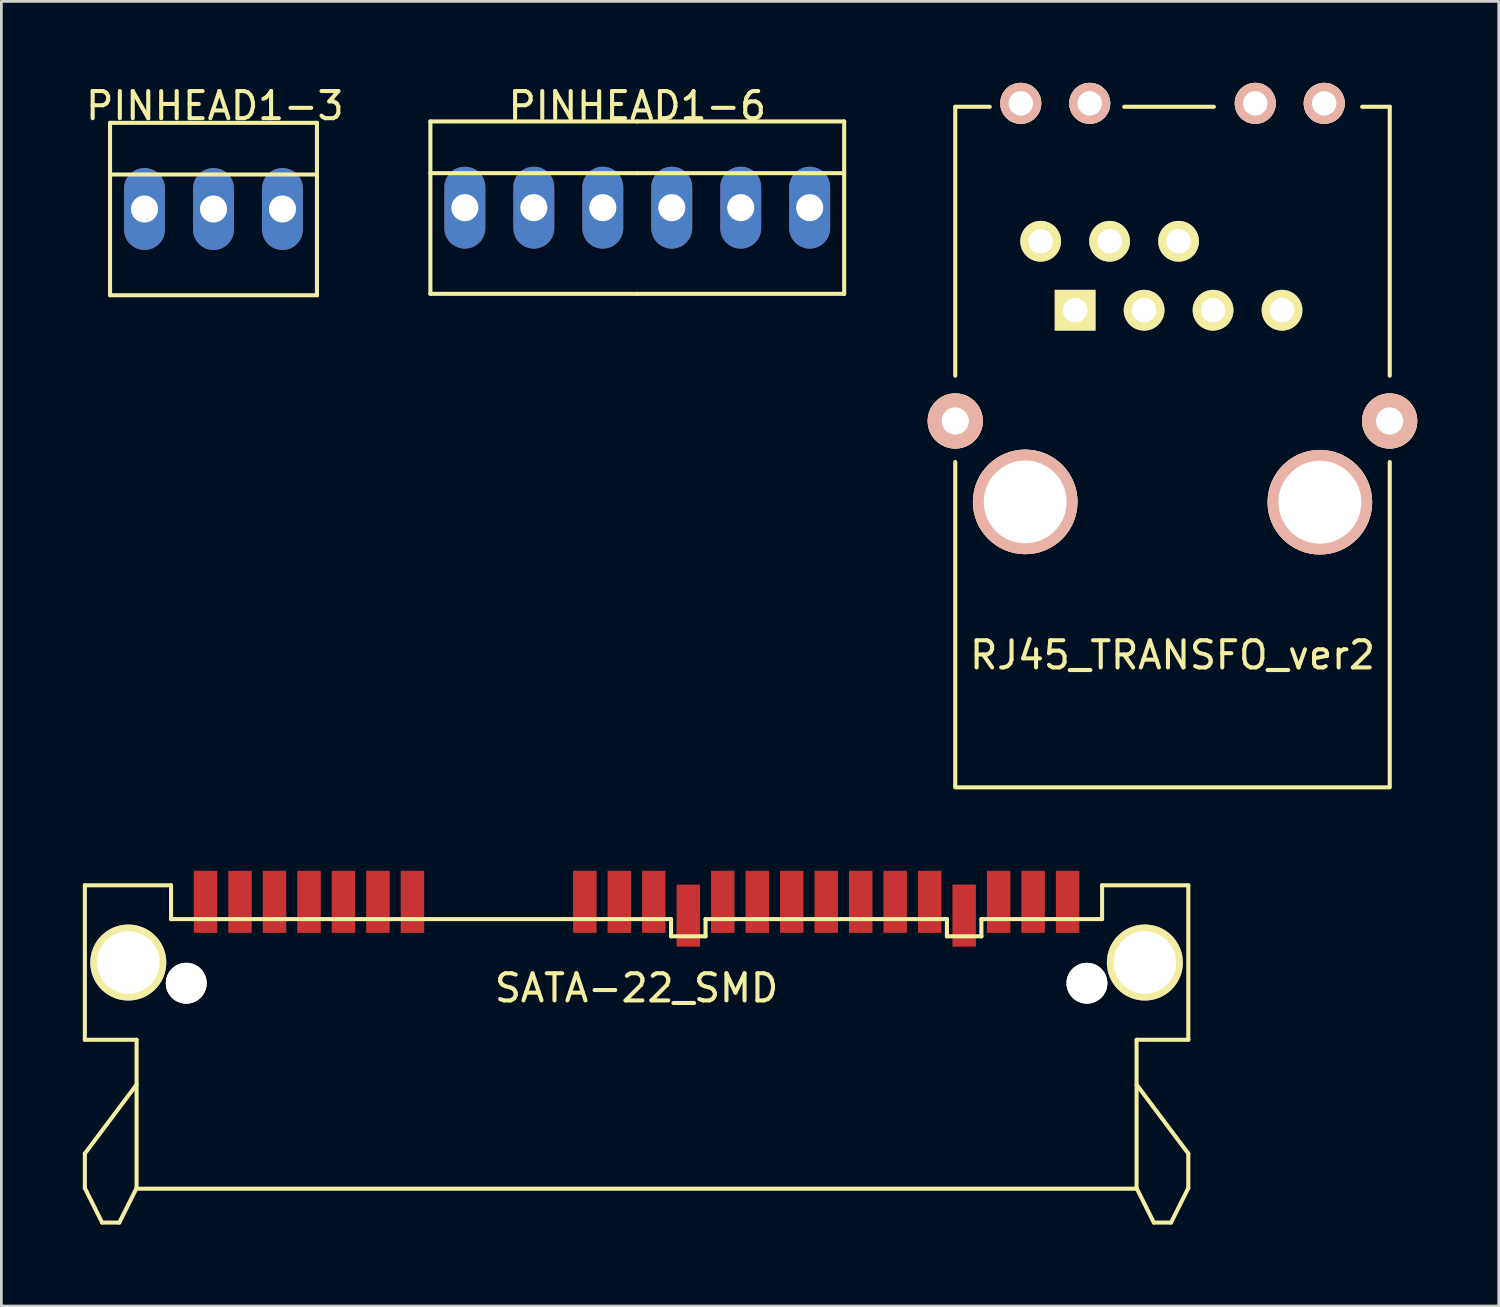
<source format=kicad_pcb>
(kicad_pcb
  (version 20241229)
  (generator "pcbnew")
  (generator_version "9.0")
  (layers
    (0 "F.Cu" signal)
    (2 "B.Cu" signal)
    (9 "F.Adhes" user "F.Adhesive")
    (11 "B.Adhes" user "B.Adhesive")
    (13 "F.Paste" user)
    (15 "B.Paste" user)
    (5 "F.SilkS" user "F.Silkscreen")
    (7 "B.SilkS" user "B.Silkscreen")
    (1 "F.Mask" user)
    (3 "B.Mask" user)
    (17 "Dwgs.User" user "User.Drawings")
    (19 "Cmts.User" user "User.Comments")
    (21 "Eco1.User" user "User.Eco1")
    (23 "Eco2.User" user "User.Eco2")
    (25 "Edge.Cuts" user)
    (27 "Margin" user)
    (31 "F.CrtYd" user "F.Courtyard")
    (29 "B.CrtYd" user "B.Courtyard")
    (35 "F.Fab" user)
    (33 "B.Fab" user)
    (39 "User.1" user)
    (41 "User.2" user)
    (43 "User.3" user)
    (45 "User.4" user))
  (footprint "PINHEAD1-6"
    (layer "F.Cu")
    (at 20.421 4.598)
    (property "Reference" "PINHEAD1-6" (at 0 -3.75 0) (layer "F.SilkS") (effects (font (size 1 1) (thickness 0.15))))
    (attr exclude_from_pos_files exclude_from_bom)
    (fp_line (start -7.62 -3.175) (end -7.62 3.175) (stroke (width 0.15) (type solid)) (layer "F.SilkS"))
    (fp_line (start -7.62 -3.175) (end 0 -3.175) (stroke (width 0.15) (type solid)) (layer "F.SilkS"))
    (fp_line (start 0 -3.175) (end 7.62 -3.175) (stroke (width 0.15) (type solid)) (layer "F.SilkS"))
    (fp_line (start 0 -1.27) (end -7.62 -1.27) (stroke (width 0.15) (type solid)) (layer "F.SilkS"))
    (fp_line (start 0 -1.27) (end 7.62 -1.27) (stroke (width 0.15) (type solid)) (layer "F.SilkS"))
    (fp_line (start 0 3.175) (end -7.62 3.175) (stroke (width 0.15) (type solid)) (layer "F.SilkS"))
    (fp_line (start 0 3.175) (end 7.62 3.175) (stroke (width 0.15) (type solid)) (layer "F.SilkS"))
    (fp_line (start 7.62 -3.175) (end 7.62 3.175) (stroke (width 0.15) (type solid)) (layer "F.SilkS"))
    (pad "1" thru_hole oval (at -6.35 0) (size 1.506 3.015) (drill 0.998) (layers "*.Cu" "*.Mask"))
    (pad "2" thru_hole oval (at -3.81 0) (size 1.506 3.015) (drill 0.998) (layers "*.Cu" "*.Mask"))
    (pad "3" thru_hole oval (at -1.27 0) (size 1.506 3.015) (drill 0.998) (layers "*.Cu" "*.Mask"))
    (pad "4" thru_hole oval (at 1.27 0) (size 1.506 3.015) (drill 0.998) (layers "*.Cu" "*.Mask"))
    (pad "5" thru_hole oval (at 3.81 0) (size 1.506 3.015) (drill 0.998) (layers "*.Cu" "*.Mask"))
    (pad "6" thru_hole oval (at 6.35 0) (size 1.506 3.015) (drill 0.998) (layers "*.Cu" "*.Mask")))
  (footprint "RJ45_TRANSFO_ver2"
    (layer "F.Cu")
    (at 40.133 12.948)
    (property "Reference" "RJ45_TRANSFO_ver2" (at 0 8.128 0) (layer "F.SilkS") (effects (font (size 1 1) (thickness 0.15))))
    (attr through_hole)
    (fp_line (start -8.001 -12.065) (end -6.731 -12.065) (stroke (width 0.15) (type solid)) (layer "F.SilkS"))
    (fp_line (start -8.001 -2.159) (end -8.001 -12.065) (stroke (width 0.15) (type solid)) (layer "F.SilkS"))
    (fp_line (start -8.001 12.954) (end -8.001 1.016) (stroke (width 0.15) (type solid)) (layer "F.SilkS"))
    (fp_line (start -8.001 13) (end 8.001 13) (stroke (width 0.15) (type solid)) (layer "F.SilkS"))
    (fp_line (start -1.778 -12.065) (end 1.524 -12.065) (stroke (width 0.15) (type solid)) (layer "F.SilkS"))
    (fp_line (start 8.001 -12.065) (end 6.985 -12.065) (stroke (width 0.15) (type solid)) (layer "F.SilkS"))
    (fp_line (start 8.001 -2.159) (end 8.001 -12.065) (stroke (width 0.15) (type solid)) (layer "F.SilkS"))
    (fp_line (start 8.001 12.954) (end 8.001 1.016) (stroke (width 0.15) (type solid)) (layer "F.SilkS"))
    (pad "1" thru_hole rect (at -3.586 -4.572) (size 1.501 1.501) (drill 0.899) (layers "*.Cu" "*.Mask" "F.SilkS"))
    (pad "2" thru_hole circle (at -4.856 -7.112) (size 1.501 1.501) (drill 0.899) (layers "*.Cu" "*.Mask" "F.SilkS"))
    (pad "3" thru_hole circle (at -1.046 -4.572) (size 1.501 1.501) (drill 0.899) (layers "*.Cu" "*.Mask" "F.SilkS"))
    (pad "4" thru_hole circle (at -2.316 -7.112) (size 1.501 1.501) (drill 0.899) (layers "*.Cu" "*.Mask" "F.SilkS"))
    (pad "5" thru_hole circle (at 1.494 -4.572) (size 1.501 1.501) (drill 0.899) (layers "*.Cu" "*.Mask" "F.SilkS"))
    (pad "6" thru_hole circle (at 0.224 -7.112) (size 1.501 1.501) (drill 0.899) (layers "*.Cu" "*.Mask" "F.SilkS"))
    (pad "7" thru_hole circle (at 4.034 -4.572) (size 1.501 1.501) (drill 0.899) (layers "*.Cu" "*.Mask" "F.SilkS"))
    (pad "9" thru_hole circle (at -8.001 -0.493) (size 2.032 2.032) (drill 1.001) (layers "*.Cu" "*.SilkS" "*.Mask"))
    (pad "9" thru_hole circle (at 7.998 -0.493) (size 2.032 2.032) (drill 1.001) (layers "*.Cu" "*.SilkS" "*.Mask"))
    (pad "Hole" thru_hole circle (at -5.588 -12.192) (size 1.511 1.511) (drill 0.899) (layers "*.Cu" "*.SilkS" "*.Mask"))
    (pad "Hole" thru_hole circle (at -5.425 2.487) (size 3.851 3.851) (drill 3.051) (layers "*.Cu" "*.SilkS" "*.Mask"))
    (pad "Hole" thru_hole circle (at -3.048 -12.192) (size 1.511 1.511) (drill 0.899) (layers "*.Cu" "*.SilkS" "*.Mask"))
    (pad "Hole" thru_hole circle (at 3.048 -12.192) (size 1.511 1.511) (drill 0.899) (layers "*.Cu" "*.SilkS" "*.Mask"))
    (pad "Hole" thru_hole circle (at 5.428 2.499) (size 3.851 3.851) (drill 3.051) (layers "*.Cu" "*.SilkS" "*.Mask"))
    (pad "Hole" thru_hole circle (at 5.588 -12.192) (size 1.511 1.511) (drill 0.899) (layers "*.Cu" "*.SilkS" "*.Mask")))
  (footprint "PINHEAD1-3"
    (layer "F.Cu")
    (at 4.813 4.648)
    (property "Reference" "PINHEAD1-3" (at 0.05 -3.8 0) (layer "F.SilkS") (effects (font (size 1 1) (thickness 0.15))))
    (attr exclude_from_pos_files exclude_from_bom)
    (fp_line (start -3.81 -3.175) (end -3.81 3.175) (stroke (width 0.15) (type solid)) (layer "F.SilkS"))
    (fp_line (start -3.81 -3.175) (end 3.81 -3.175) (stroke (width 0.15) (type solid)) (layer "F.SilkS"))
    (fp_line (start 3.81 -3.175) (end 3.81 3.175) (stroke (width 0.15) (type solid)) (layer "F.SilkS"))
    (fp_line (start 3.81 -1.27) (end -3.81 -1.27) (stroke (width 0.15) (type solid)) (layer "F.SilkS"))
    (fp_line (start 3.81 3.175) (end -3.81 3.175) (stroke (width 0.15) (type solid)) (layer "F.SilkS"))
    (pad "1" thru_hole oval (at -2.54 0) (size 1.506 3.015) (drill 0.998) (layers "*.Cu" "*.Mask"))
    (pad "2" thru_hole oval (at 0 0) (size 1.506 3.015) (drill 0.998) (layers "*.Cu" "*.Mask"))
    (pad "3" thru_hole oval (at 2.54 0) (size 1.506 3.015) (drill 0.998) (layers "*.Cu" "*.Mask")))
  (footprint "SATA-22_SMD"
    (layer "F.Cu")
    (at 20.395 30.165)
    (property "Reference" "SATA-22_SMD" (at 0 3.175 0) (layer "F.SilkS") (effects (font (size 1 1) (thickness 0.15))))
    (attr through_hole)
    (fp_line (start -20.32 -0.61) (end -20.32 5.08) (stroke (width 0.15) (type solid)) (layer "F.SilkS"))
    (fp_line (start -20.32 5.08) (end -18.415 5.08) (stroke (width 0.15) (type solid)) (layer "F.SilkS"))
    (fp_line (start -20.32 9.271) (end -18.415 6.731) (stroke (width 0.15) (type solid)) (layer "F.SilkS"))
    (fp_line (start -20.32 10.541) (end -20.32 9.271) (stroke (width 0.15) (type solid)) (layer "F.SilkS"))
    (fp_line (start -19.685 11.811) (end -20.32 10.541) (stroke (width 0.15) (type solid)) (layer "F.SilkS"))
    (fp_line (start -19.05 11.811) (end -19.685 11.811) (stroke (width 0.15) (type solid)) (layer "F.SilkS"))
    (fp_line (start -18.415 5.08) (end -18.415 10.566) (stroke (width 0.15) (type solid)) (layer "F.SilkS"))
    (fp_line (start -18.415 10.541) (end -19.05 11.811) (stroke (width 0.15) (type solid)) (layer "F.SilkS"))
    (fp_line (start -18.415 10.566) (end 18.415 10.566) (stroke (width 0.15) (type solid)) (layer "F.SilkS"))
    (fp_line (start -17.145 -0.61) (end -20.32 -0.61) (stroke (width 0.15) (type solid)) (layer "F.SilkS"))
    (fp_line (start -17.145 -0.61) (end -17.145 0.635) (stroke (width 0.15) (type solid)) (layer "F.SilkS"))
    (fp_line (start -17.145 0.635) (end 1.27 0.635) (stroke (width 0.15) (type solid)) (layer "F.SilkS"))
    (fp_line (start 1.27 0.635) (end 1.27 1.27) (stroke (width 0.15) (type solid)) (layer "F.SilkS"))
    (fp_line (start 1.27 1.27) (end 2.54 1.27) (stroke (width 0.15) (type solid)) (layer "F.SilkS"))
    (fp_line (start 2.54 0.635) (end 11.43 0.635) (stroke (width 0.15) (type solid)) (layer "F.SilkS"))
    (fp_line (start 2.54 1.27) (end 2.54 0.635) (stroke (width 0.15) (type solid)) (layer "F.SilkS"))
    (fp_line (start 11.43 0.635) (end 11.43 1.27) (stroke (width 0.15) (type solid)) (layer "F.SilkS"))
    (fp_line (start 11.43 1.27) (end 12.7 1.27) (stroke (width 0.15) (type solid)) (layer "F.SilkS"))
    (fp_line (start 12.7 0.635) (end 17.145 0.635) (stroke (width 0.15) (type solid)) (layer "F.SilkS"))
    (fp_line (start 12.7 1.27) (end 12.7 0.635) (stroke (width 0.15) (type solid)) (layer "F.SilkS"))
    (fp_line (start 17.145 -0.61) (end 17.145 0.635) (stroke (width 0.15) (type solid)) (layer "F.SilkS"))
    (fp_line (start 18.415 5.08) (end 20.32 5.08) (stroke (width 0.15) (type solid)) (layer "F.SilkS"))
    (fp_line (start 18.415 10.541) (end 19.05 11.811) (stroke (width 0.15) (type solid)) (layer "F.SilkS"))
    (fp_line (start 18.415 10.566) (end 18.415 5.08) (stroke (width 0.15) (type solid)) (layer "F.SilkS"))
    (fp_line (start 19.05 11.811) (end 19.685 11.811) (stroke (width 0.15) (type solid)) (layer "F.SilkS"))
    (fp_line (start 19.685 11.811) (end 20.32 10.541) (stroke (width 0.15) (type solid)) (layer "F.SilkS"))
    (fp_line (start 20.32 -0.61) (end 17.145 -0.61) (stroke (width 0.15) (type solid)) (layer "F.SilkS"))
    (fp_line (start 20.32 5.08) (end 20.32 -0.61) (stroke (width 0.15) (type solid)) (layer "F.SilkS"))
    (fp_line (start 20.32 9.271) (end 18.415 6.731) (stroke (width 0.15) (type solid)) (layer "F.SilkS"))
    (fp_line (start 20.32 10.541) (end 20.32 9.271) (stroke (width 0.15) (type solid)) (layer "F.SilkS"))
    (pad "" thru_hole circle (at -18.72 2.235) (size 2.799 2.799) (drill 2.301) (layers "*.Cu" "*.Mask" "F.SilkS"))
    (pad "" thru_hole circle (at -16.586 2.997) (size 1.501 1.501) (drill 1.501) (layers "*.Cu" "*.Mask" "F.SilkS"))
    (pad "" thru_hole circle (at 16.586 2.997) (size 1.501 1.501) (drill 1.501) (layers "*.Cu" "*.Mask" "F.SilkS"))
    (pad "" thru_hole circle (at 18.72 2.235) (size 2.799 2.799) (drill 2.301) (layers "*.Cu" "*.Mask" "F.SilkS"))
    (pad "1" smd rect (at -15.875 0) (size 0.864 2.286) (layers "F.Cu" "F.Mask" "F.Paste"))
    (pad "2" smd rect (at -14.605 0) (size 0.864 2.286) (layers "F.Cu" "F.Mask" "F.Paste"))
    (pad "3" smd rect (at -13.335 0) (size 0.864 2.286) (layers "F.Cu" "F.Mask" "F.Paste"))
    (pad "4" smd rect (at -12.065 0) (size 0.864 2.286) (layers "F.Cu" "F.Mask" "F.Paste"))
    (pad "5" smd rect (at -10.795 0) (size 0.864 2.286) (layers "F.Cu" "F.Mask" "F.Paste"))
    (pad "6" smd rect (at -9.525 0) (size 0.864 2.286) (layers "F.Cu" "F.Mask" "F.Paste"))
    (pad "7" smd rect (at -8.255 0) (size 0.864 2.286) (layers "F.Cu" "F.Mask" "F.Paste"))
    (pad "8" smd rect (at -1.905 0) (size 0.864 2.286) (layers "F.Cu" "F.Mask" "F.Paste"))
    (pad "9" smd rect (at -0.635 0) (size 0.864 2.286) (layers "F.Cu" "F.Mask" "F.Paste"))
    (pad "10" smd rect (at 0.635 0) (size 0.864 2.286) (layers "F.Cu" "F.Mask" "F.Paste"))
    (pad "11" smd rect (at 1.905 0.508) (size 0.864 2.286) (layers "F.Cu" "F.Mask" "F.Paste"))
    (pad "12" smd rect (at 3.175 0) (size 0.864 2.286) (layers "F.Cu" "F.Mask" "F.Paste"))
    (pad "13" smd rect (at 4.445 0) (size 0.864 2.286) (layers "F.Cu" "F.Mask" "F.Paste"))
    (pad "14" smd rect (at 5.715 0) (size 0.864 2.286) (layers "F.Cu" "F.Mask" "F.Paste"))
    (pad "15" smd rect (at 6.985 0) (size 0.864 2.286) (layers "F.Cu" "F.Mask" "F.Paste"))
    (pad "16" smd rect (at 8.255 0) (size 0.864 2.286) (layers "F.Cu" "F.Mask" "F.Paste"))
    (pad "17" smd rect (at 9.525 0) (size 0.864 2.286) (layers "F.Cu" "F.Mask" "F.Paste"))
    (pad "18" smd rect (at 10.795 0) (size 0.864 2.286) (layers "F.Cu" "F.Mask" "F.Paste"))
    (pad "19" smd rect (at 12.065 0.508) (size 0.864 2.286) (layers "F.Cu" "F.Mask" "F.Paste"))
    (pad "20" smd rect (at 13.335 0) (size 0.864 2.286) (layers "F.Cu" "F.Mask" "F.Paste"))
    (pad "21" smd rect (at 14.605 0) (size 0.864 2.286) (layers "F.Cu" "F.Mask" "F.Paste"))
    (pad "22" smd rect (at 15.875 0) (size 0.864 2.286) (layers "F.Cu" "F.Mask" "F.Paste")))
  (gr_rect
    (start -3 -3)
    (end 52.148 45.051)
    (stroke (width 0.1) (type default))
    (fill no)
    (layer "Edge.Cuts")))
</source>
